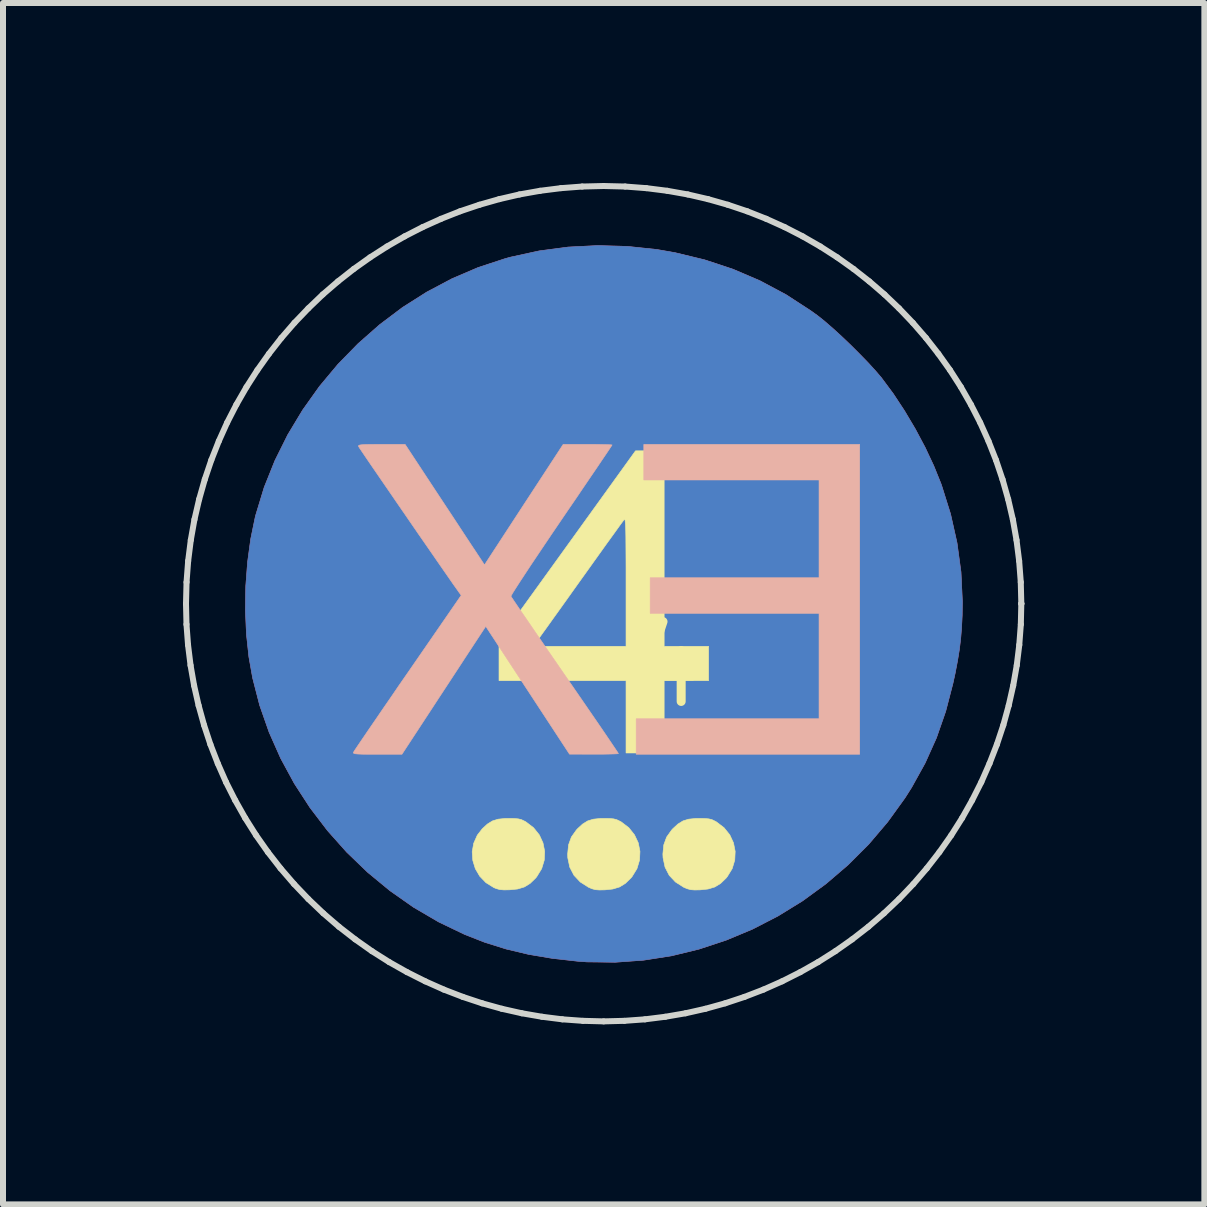
<source format=kicad_pcb>
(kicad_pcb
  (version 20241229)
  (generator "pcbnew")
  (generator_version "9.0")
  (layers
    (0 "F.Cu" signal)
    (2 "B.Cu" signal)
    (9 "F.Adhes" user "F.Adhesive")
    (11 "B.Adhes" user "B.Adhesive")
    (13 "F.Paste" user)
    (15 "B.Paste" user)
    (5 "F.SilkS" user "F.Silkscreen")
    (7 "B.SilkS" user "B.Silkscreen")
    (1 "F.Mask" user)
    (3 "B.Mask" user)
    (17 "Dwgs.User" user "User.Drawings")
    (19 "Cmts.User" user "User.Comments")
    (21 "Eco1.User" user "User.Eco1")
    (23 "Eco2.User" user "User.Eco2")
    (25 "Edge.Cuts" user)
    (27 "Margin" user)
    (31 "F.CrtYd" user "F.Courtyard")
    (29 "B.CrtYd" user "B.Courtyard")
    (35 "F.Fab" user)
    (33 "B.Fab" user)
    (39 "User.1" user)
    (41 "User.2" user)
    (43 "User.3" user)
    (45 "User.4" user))
  (footprint "4"
    (layer "F.Cu")
    (at 8.061 8.061)
    (property "Reference" "4" (at 0 0 0) (layer "F.SilkS") (effects (font (size 1.27 1.27) (thickness 0.15))))
    (attr through_hole)
    (fp_poly (pts (xy -0.654 -7.004) (xy -0.162 -6.952) (xy 0.141 -6.899) (xy 0.632 -6.78) (xy 1.104 -6.624) (xy 1.555 -6.431) (xy 1.988 -6.2) (xy 2.402 -5.931) (xy 2.517 -5.848) (xy 2.632 -5.756) (xy 2.767 -5.639) (xy 2.914 -5.505) (xy 3.067 -5.359) (xy 3.217 -5.209) (xy 3.358 -5.064) (xy 3.482 -4.928) (xy 3.582 -4.811) (xy 3.586 -4.805) (xy 3.776 -4.549) (xy 3.963 -4.265) (xy 4.143 -3.962) (xy 4.308 -3.652) (xy 4.452 -3.345) (xy 4.57 -3.053) (xy 4.58 -3.026) (xy 4.731 -2.544) (xy 4.839 -2.062) (xy 4.905 -1.577) (xy 4.928 -1.09) (xy 4.925 -0.857) (xy 4.915 -0.654) (xy 4.9 -0.468) (xy 4.878 -0.286) (xy 4.847 -0.096) (xy 4.807 0.113) (xy 4.771 0.278) (xy 4.65 0.744) (xy 4.496 1.186) (xy 4.307 1.607) (xy 4.082 2.013) (xy 3.971 2.188) (xy 3.683 2.587) (xy 3.366 2.96) (xy 3.022 3.304) (xy 2.654 3.619) (xy 2.265 3.903) (xy 1.856 4.155) (xy 1.431 4.374) (xy 0.991 4.558) (xy 0.54 4.707) (xy 0.08 4.819) (xy -0.387 4.892) (xy -0.858 4.926) (xy -1.331 4.92) (xy -1.482 4.909) (xy -1.908 4.861) (xy -2.303 4.794) (xy -2.676 4.705) (xy -3.033 4.593) (xy -3.365 4.463) (xy -3.8 4.254) (xy -4.217 4.01) (xy -4.612 3.733) (xy -4.984 3.426) (xy -5.331 3.092) (xy -5.651 2.733) (xy -5.943 2.35) (xy -6.204 1.948) (xy -6.432 1.528) (xy -6.625 1.093) (xy -6.782 0.645) (xy -6.9 0.187) (xy -6.962 -0.162) (xy -7.003 -0.543) (xy -7.02 -0.94) (xy -7.014 -1.343) (xy -6.984 -1.742) (xy -6.932 -2.126) (xy -6.858 -2.485) (xy -6.847 -2.529) (xy -6.707 -2.989) (xy -6.528 -3.435) (xy -6.314 -3.865) (xy -6.066 -4.277) (xy -5.787 -4.669) (xy -5.479 -5.038) (xy -5.143 -5.382) (xy -4.783 -5.699) (xy -4.401 -5.987) (xy -3.997 -6.243) (xy -3.576 -6.466) (xy -3.139 -6.653) (xy -2.688 -6.801) (xy -2.596 -6.826) (xy -2.124 -6.929) (xy -1.64 -6.993) (xy -1.148 -7.018) (xy -0.654 -7.004)) (stroke (width 0.01) (type solid)) (fill yes) (layer "F.Cu"))
    (fp_poly (pts (xy -0.654 -7.004) (xy -0.162 -6.952) (xy 0.141 -6.899) (xy 0.632 -6.78) (xy 1.104 -6.624) (xy 1.555 -6.431) (xy 1.988 -6.2) (xy 2.402 -5.931) (xy 2.517 -5.848) (xy 2.632 -5.756) (xy 2.767 -5.639) (xy 2.914 -5.505) (xy 3.067 -5.359) (xy 3.217 -5.209) (xy 3.358 -5.064) (xy 3.482 -4.928) (xy 3.582 -4.811) (xy 3.586 -4.805) (xy 3.776 -4.549) (xy 3.963 -4.265) (xy 4.143 -3.962) (xy 4.308 -3.652) (xy 4.452 -3.345) (xy 4.57 -3.053) (xy 4.58 -3.026) (xy 4.731 -2.544) (xy 4.839 -2.062) (xy 4.905 -1.577) (xy 4.928 -1.09) (xy 4.925 -0.857) (xy 4.915 -0.654) (xy 4.9 -0.468) (xy 4.878 -0.286) (xy 4.847 -0.096) (xy 4.807 0.113) (xy 4.771 0.278) (xy 4.65 0.744) (xy 4.496 1.186) (xy 4.307 1.607) (xy 4.082 2.013) (xy 3.971 2.188) (xy 3.683 2.587) (xy 3.366 2.96) (xy 3.022 3.304) (xy 2.654 3.619) (xy 2.265 3.903) (xy 1.856 4.155) (xy 1.431 4.374) (xy 0.991 4.558) (xy 0.54 4.707) (xy 0.08 4.819) (xy -0.387 4.892) (xy -0.858 4.926) (xy -1.331 4.92) (xy -1.482 4.909) (xy -1.908 4.861) (xy -2.303 4.794) (xy -2.676 4.705) (xy -3.033 4.593) (xy -3.365 4.463) (xy -3.8 4.254) (xy -4.217 4.01) (xy -4.612 3.733) (xy -4.984 3.426) (xy -5.331 3.092) (xy -5.651 2.733) (xy -5.943 2.35) (xy -6.204 1.948) (xy -6.432 1.528) (xy -6.625 1.093) (xy -6.782 0.645) (xy -6.9 0.187) (xy -6.962 -0.162) (xy -7.003 -0.543) (xy -7.02 -0.94) (xy -7.014 -1.343) (xy -6.984 -1.742) (xy -6.932 -2.126) (xy -6.858 -2.485) (xy -6.847 -2.529) (xy -6.707 -2.989) (xy -6.528 -3.435) (xy -6.314 -3.865) (xy -6.066 -4.277) (xy -5.787 -4.669) (xy -5.479 -5.038) (xy -5.143 -5.382) (xy -4.783 -5.699) (xy -4.401 -5.987) (xy -3.997 -6.243) (xy -3.576 -6.466) (xy -3.139 -6.653) (xy -2.688 -6.801) (xy -2.596 -6.826) (xy -2.124 -6.929) (xy -1.64 -6.993) (xy -1.148 -7.018) (xy -0.654 -7.004)) (stroke (width 0.01) (type solid)) (fill yes) (layer "B.Cu"))
    (fp_poly (pts (xy -2.539 2.531) (xy -2.472 2.537) (xy -2.42 2.55) (xy -2.37 2.574) (xy -2.346 2.587) (xy -2.219 2.684) (xy -2.123 2.803) (xy -2.061 2.937) (xy -2.033 3.079) (xy -2.04 3.225) (xy -2.083 3.367) (xy -2.164 3.499) (xy -2.184 3.524) (xy -2.276 3.613) (xy -2.372 3.672) (xy -2.485 3.706) (xy -2.614 3.719) (xy -2.711 3.721) (xy -2.782 3.715) (xy -2.842 3.698) (xy -2.879 3.683) (xy -3.012 3.6) (xy -3.116 3.492) (xy -3.189 3.367) (xy -3.231 3.229) (xy -3.241 3.086) (xy -3.216 2.944) (xy -3.156 2.809) (xy -3.073 2.702) (xy -2.987 2.623) (xy -2.903 2.571) (xy -2.809 2.542) (xy -2.69 2.53) (xy -2.635 2.53) (xy -2.539 2.531)) (stroke (width 0.01) (type solid)) (fill yes) (layer "F.SilkS"))
    (fp_poly (pts (xy -0.952 2.531) (xy -0.884 2.537) (xy -0.833 2.55) (xy -0.783 2.574) (xy -0.758 2.587) (xy -0.631 2.684) (xy -0.536 2.803) (xy -0.473 2.937) (xy -0.445 3.079) (xy -0.452 3.225) (xy -0.495 3.367) (xy -0.576 3.499) (xy -0.597 3.524) (xy -0.689 3.613) (xy -0.785 3.672) (xy -0.898 3.706) (xy -1.027 3.72) (xy -1.12 3.722) (xy -1.188 3.717) (xy -1.246 3.701) (xy -1.302 3.677) (xy -1.44 3.589) (xy -1.545 3.477) (xy -1.615 3.342) (xy -1.648 3.186) (xy -1.65 3.122) (xy -1.635 2.97) (xy -1.588 2.84) (xy -1.505 2.723) (xy -1.486 2.702) (xy -1.4 2.623) (xy -1.316 2.571) (xy -1.221 2.542) (xy -1.103 2.53) (xy -1.048 2.53) (xy -0.952 2.531)) (stroke (width 0.01) (type solid)) (fill yes) (layer "F.SilkS"))
    (fp_poly (pts (xy 0.636 2.531) (xy 0.703 2.537) (xy 0.755 2.55) (xy 0.805 2.574) (xy 0.829 2.587) (xy 0.956 2.684) (xy 1.052 2.803) (xy 1.114 2.937) (xy 1.142 3.079) (xy 1.135 3.225) (xy 1.092 3.367) (xy 1.011 3.499) (xy 0.991 3.524) (xy 0.899 3.613) (xy 0.803 3.672) (xy 0.69 3.706) (xy 0.561 3.72) (xy 0.467 3.722) (xy 0.4 3.717) (xy 0.342 3.701) (xy 0.285 3.677) (xy 0.147 3.589) (xy 0.042 3.477) (xy -0.027 3.342) (xy -0.06 3.186) (xy -0.063 3.122) (xy -0.048 2.97) (xy -0.000322 2.84) (xy 0.083 2.723) (xy 0.102 2.702) (xy 0.188 2.623) (xy 0.272 2.571) (xy 0.366 2.542) (xy 0.485 2.53) (xy 0.54 2.53) (xy 0.636 2.531)) (stroke (width 0.01) (type solid)) (fill yes) (layer "F.SilkS"))
    (fp_poly (pts (xy -0.042 -0.339) (xy 0.699 -0.339) (xy 0.699 0.233) (xy -0.042 0.233) (xy -0.042 1.439) (xy -0.677 1.439) (xy -0.677 0.233) (xy -2.794 0.233) (xy -2.794 -0.339) (xy -2.228 -0.339) (xy -0.677 -0.339) (xy -0.677 -1.412) (xy -0.677 -1.657) (xy -0.678 -1.862) (xy -0.679 -2.031) (xy -0.68 -2.166) (xy -0.682 -2.272) (xy -0.685 -2.351) (xy -0.689 -2.405) (xy -0.693 -2.439) (xy -0.698 -2.455) (xy -0.704 -2.456) (xy -0.706 -2.455) (xy -0.723 -2.432) (xy -0.763 -2.378) (xy -0.822 -2.296) (xy -0.899 -2.189) (xy -0.992 -2.061) (xy -1.097 -1.914) (xy -1.213 -1.752) (xy -1.338 -1.577) (xy -1.429 -1.45) (xy -1.559 -1.268) (xy -1.683 -1.094) (xy -1.798 -0.933) (xy -1.903 -0.787) (xy -1.994 -0.659) (xy -2.07 -0.554) (xy -2.127 -0.474) (xy -2.164 -0.424) (xy -2.176 -0.407) (xy -2.228 -0.339) (xy -2.794 -0.339) (xy -2.794 -0.441) (xy -1.656 -2.019) (xy -0.519 -3.597) (xy -0.28 -3.598) (xy -0.042 -3.598) (xy -0.042 -0.339)) (stroke (width 0.01) (type solid)) (fill yes) (layer "F.SilkS"))
    (fp_poly (pts (xy 3.217 1.46) (xy -0.508 1.46) (xy -0.508 0.868) (xy 2.54 0.868) (xy 2.54 -0.889) (xy -0.275 -0.889) (xy -0.275 -1.482) (xy 2.54 -1.482) (xy 2.54 -3.111) (xy -0.381 -3.111) (xy -0.381 -3.704) (xy 3.217 -3.704) (xy 3.217 1.46)) (stroke (width 0.01) (type solid)) (fill yes) (layer "B.SilkS"))
    (fp_poly (pts (xy -3.882 -2.979) (xy -3.77 -2.809) (xy -3.657 -2.638) (xy -3.548 -2.473) (xy -3.447 -2.319) (xy -3.357 -2.182) (xy -3.282 -2.068) (xy -3.226 -1.983) (xy -3.22 -1.975) (xy -3.036 -1.696) (xy -2.381 -2.7) (xy -1.725 -3.704) (xy -1.318 -3.704) (xy -1.192 -3.704) (xy -1.081 -3.702) (xy -0.993 -3.7) (xy -0.934 -3.698) (xy -0.91 -3.695) (xy -0.91 -3.695) (xy -0.922 -3.676) (xy -0.955 -3.626) (xy -1.009 -3.545) (xy -1.081 -3.439) (xy -1.169 -3.308) (xy -1.272 -3.157) (xy -1.387 -2.988) (xy -1.512 -2.803) (xy -1.647 -2.606) (xy -1.758 -2.443) (xy -1.898 -2.237) (xy -2.03 -2.041) (xy -2.153 -1.858) (xy -2.265 -1.691) (xy -2.363 -1.542) (xy -2.447 -1.414) (xy -2.514 -1.31) (xy -2.562 -1.234) (xy -2.589 -1.187) (xy -2.595 -1.173) (xy -2.582 -1.152) (xy -2.546 -1.098) (xy -2.49 -1.015) (xy -2.416 -0.906) (xy -2.325 -0.774) (xy -2.22 -0.62) (xy -2.102 -0.448) (xy -1.974 -0.261) (xy -1.836 -0.061) (xy -1.695 0.144) (xy -1.551 0.353) (xy -1.414 0.552) (xy -1.286 0.738) (xy -1.169 0.908) (xy -1.065 1.06) (xy -0.976 1.191) (xy -0.904 1.298) (xy -0.85 1.378) (xy -0.816 1.429) (xy -0.804 1.448) (xy -0.824 1.452) (xy -0.88 1.455) (xy -0.966 1.457) (xy -1.074 1.459) (xy -1.199 1.459) (xy -1.212 1.459) (xy -1.619 1.458) (xy -2.317 0.393) (xy -3.015 -0.672) (xy -3.281 -0.267) (xy -3.358 -0.15) (xy -3.453 -0.004) (xy -3.561 0.161) (xy -3.677 0.338) (xy -3.796 0.519) (xy -3.912 0.697) (xy -3.979 0.799) (xy -4.412 1.46) (xy -4.822 1.46) (xy -4.965 1.46) (xy -5.07 1.459) (xy -5.143 1.456) (xy -5.189 1.452) (xy -5.214 1.445) (xy -5.222 1.435) (xy -5.22 1.429) (xy -5.207 1.406) (xy -5.171 1.352) (xy -5.115 1.269) (xy -5.04 1.159) (xy -4.949 1.025) (xy -4.843 0.871) (xy -4.725 0.698) (xy -4.596 0.511) (xy -4.459 0.31) (xy -4.316 0.104) (xy -3.424 -1.189) (xy -3.465 -1.245) (xy -3.498 -1.292) (xy -3.551 -1.366) (xy -3.62 -1.466) (xy -3.705 -1.588) (xy -3.802 -1.728) (xy -3.909 -1.883) (xy -4.024 -2.049) (xy -4.144 -2.222) (xy -4.267 -2.401) (xy -4.39 -2.58) (xy -4.512 -2.757) (xy -4.629 -2.928) (xy -4.74 -3.089) (xy -4.842 -3.238) (xy -4.933 -3.37) (xy -5.009 -3.482) (xy -5.07 -3.572) (xy -5.112 -3.634) (xy -5.133 -3.667) (xy -5.135 -3.67) (xy -5.136 -3.682) (xy -5.124 -3.691) (xy -5.095 -3.697) (xy -5.043 -3.701) (xy -4.963 -3.703) (xy -4.849 -3.704) (xy -4.753 -3.704) (xy -4.359 -3.704) (xy -3.882 -2.979)) (stroke (width 0.01) (type solid)) (fill yes) (layer "B.SilkS"))
    (fp_line (start -8.011 -1.05) (end -8.002 -1.408) (stroke (width 0.1) (type solid)) (layer "Edge.Cuts"))
    (fp_line (start -8.003 -0.705) (end -8.011 -1.05) (stroke (width 0.1) (type solid)) (layer "Edge.Cuts"))
    (fp_line (start -8.002 -1.408) (end -7.975 -1.762) (stroke (width 0.1) (type solid)) (layer "Edge.Cuts"))
    (fp_line (start -7.977 -0.362) (end -8.003 -0.705) (stroke (width 0.1) (type solid)) (layer "Edge.Cuts"))
    (fp_line (start -7.975 -1.762) (end -7.931 -2.11) (stroke (width 0.1) (type solid)) (layer "Edge.Cuts"))
    (fp_line (start -7.935 -0.022) (end -7.977 -0.362) (stroke (width 0.1) (type solid)) (layer "Edge.Cuts"))
    (fp_line (start -7.931 -2.11) (end -7.87 -2.453) (stroke (width 0.1) (type solid)) (layer "Edge.Cuts"))
    (fp_line (start -7.876 0.315) (end -7.935 -0.022) (stroke (width 0.1) (type solid)) (layer "Edge.Cuts"))
    (fp_line (start -7.87 -2.453) (end -7.792 -2.789) (stroke (width 0.1) (type solid)) (layer "Edge.Cuts"))
    (fp_line (start -7.801 0.647) (end -7.876 0.315) (stroke (width 0.1) (type solid)) (layer "Edge.Cuts"))
    (fp_line (start -7.792 -2.789) (end -7.698 -3.12) (stroke (width 0.1) (type solid)) (layer "Edge.Cuts"))
    (fp_line (start -7.71 0.975) (end -7.801 0.647) (stroke (width 0.1) (type solid)) (layer "Edge.Cuts"))
    (fp_line (start -7.698 -3.12) (end -7.589 -3.443) (stroke (width 0.1) (type solid)) (layer "Edge.Cuts"))
    (fp_line (start -7.604 1.297) (end -7.71 0.975) (stroke (width 0.1) (type solid)) (layer "Edge.Cuts"))
    (fp_line (start -7.589 -3.443) (end -7.464 -3.759) (stroke (width 0.1) (type solid)) (layer "Edge.Cuts"))
    (fp_line (start -7.481 1.614) (end -7.604 1.297) (stroke (width 0.1) (type solid)) (layer "Edge.Cuts"))
    (fp_line (start -7.464 -3.759) (end -7.325 -4.068) (stroke (width 0.1) (type solid)) (layer "Edge.Cuts"))
    (fp_line (start -7.344 1.925) (end -7.481 1.614) (stroke (width 0.1) (type solid)) (layer "Edge.Cuts"))
    (fp_line (start -7.325 -4.068) (end -7.171 -4.368) (stroke (width 0.1) (type solid)) (layer "Edge.Cuts"))
    (fp_line (start -7.191 2.228) (end -7.344 1.925) (stroke (width 0.1) (type solid)) (layer "Edge.Cuts"))
    (fp_line (start -7.171 -4.368) (end -7.003 -4.66) (stroke (width 0.1) (type solid)) (layer "Edge.Cuts"))
    (fp_line (start -7.024 2.524) (end -7.191 2.228) (stroke (width 0.1) (type solid)) (layer "Edge.Cuts"))
    (fp_line (start -7.003 -4.66) (end -6.822 -4.942) (stroke (width 0.1) (type solid)) (layer "Edge.Cuts"))
    (fp_line (start -6.842 2.812) (end -7.024 2.524) (stroke (width 0.1) (type solid)) (layer "Edge.Cuts"))
    (fp_line (start -6.822 -4.942) (end -6.628 -5.215) (stroke (width 0.1) (type solid)) (layer "Edge.Cuts"))
    (fp_line (start -6.645 3.092) (end -6.842 2.812) (stroke (width 0.1) (type solid)) (layer "Edge.Cuts"))
    (fp_line (start -6.628 -5.215) (end -6.422 -5.478) (stroke (width 0.1) (type solid)) (layer "Edge.Cuts"))
    (fp_line (start -6.435 3.362) (end -6.645 3.092) (stroke (width 0.1) (type solid)) (layer "Edge.Cuts"))
    (fp_line (start -6.422 -5.478) (end -6.203 -5.731) (stroke (width 0.1) (type solid)) (layer "Edge.Cuts"))
    (fp_line (start -6.21 3.623) (end -6.435 3.362) (stroke (width 0.1) (type solid)) (layer "Edge.Cuts"))
    (fp_line (start -6.203 -5.731) (end -5.972 -5.972) (stroke (width 0.1) (type solid)) (layer "Edge.Cuts"))
    (fp_line (start -5.972 -5.972) (end -5.731 -6.203) (stroke (width 0.1) (type solid)) (layer "Edge.Cuts"))
    (fp_line (start -5.972 3.873) (end -6.21 3.623) (stroke (width 0.1) (type solid)) (layer "Edge.Cuts"))
    (fp_line (start -5.731 -6.203) (end -5.478 -6.421) (stroke (width 0.1) (type solid)) (layer "Edge.Cuts"))
    (fp_line (start -5.722 4.111) (end -5.972 3.873) (stroke (width 0.1) (type solid)) (layer "Edge.Cuts"))
    (fp_line (start -5.478 -6.421) (end -5.215 -6.628) (stroke (width 0.1) (type solid)) (layer "Edge.Cuts"))
    (fp_line (start -5.462 4.335) (end -5.722 4.111) (stroke (width 0.1) (type solid)) (layer "Edge.Cuts"))
    (fp_line (start -5.215 -6.628) (end -4.942 -6.822) (stroke (width 0.1) (type solid)) (layer "Edge.Cuts"))
    (fp_line (start -5.191 4.545) (end -5.462 4.335) (stroke (width 0.1) (type solid)) (layer "Edge.Cuts"))
    (fp_line (start -4.942 -6.822) (end -4.66 -7.003) (stroke (width 0.1) (type solid)) (layer "Edge.Cuts"))
    (fp_line (start -4.912 4.742) (end -5.191 4.545) (stroke (width 0.1) (type solid)) (layer "Edge.Cuts"))
    (fp_line (start -4.66 -7.003) (end -4.368 -7.171) (stroke (width 0.1) (type solid)) (layer "Edge.Cuts"))
    (fp_line (start -4.624 4.924) (end -4.912 4.742) (stroke (width 0.1) (type solid)) (layer "Edge.Cuts"))
    (fp_line (start -4.368 -7.171) (end -4.068 -7.325) (stroke (width 0.1) (type solid)) (layer "Edge.Cuts"))
    (fp_line (start -4.328 5.091) (end -4.624 4.924) (stroke (width 0.1) (type solid)) (layer "Edge.Cuts"))
    (fp_line (start -4.068 -7.325) (end -3.76 -7.464) (stroke (width 0.1) (type solid)) (layer "Edge.Cuts"))
    (fp_line (start -4.024 5.244) (end -4.328 5.091) (stroke (width 0.1) (type solid)) (layer "Edge.Cuts"))
    (fp_line (start -3.76 -7.464) (end -3.444 -7.589) (stroke (width 0.1) (type solid)) (layer "Edge.Cuts"))
    (fp_line (start -3.714 5.382) (end -4.024 5.244) (stroke (width 0.1) (type solid)) (layer "Edge.Cuts"))
    (fp_line (start -3.444 -7.589) (end -3.12 -7.698) (stroke (width 0.1) (type solid)) (layer "Edge.Cuts"))
    (fp_line (start -3.397 5.504) (end -3.714 5.382) (stroke (width 0.1) (type solid)) (layer "Edge.Cuts"))
    (fp_line (start -3.12 -7.698) (end -2.79 -7.792) (stroke (width 0.1) (type solid)) (layer "Edge.Cuts"))
    (fp_line (start -3.075 5.611) (end -3.397 5.504) (stroke (width 0.1) (type solid)) (layer "Edge.Cuts"))
    (fp_line (start -2.79 -7.792) (end -2.453 -7.87) (stroke (width 0.1) (type solid)) (layer "Edge.Cuts"))
    (fp_line (start -2.747 5.702) (end -3.075 5.611) (stroke (width 0.1) (type solid)) (layer "Edge.Cuts"))
    (fp_line (start -2.453 -7.87) (end -2.11 -7.931) (stroke (width 0.1) (type solid)) (layer "Edge.Cuts"))
    (fp_line (start -2.414 5.777) (end -2.747 5.702) (stroke (width 0.1) (type solid)) (layer "Edge.Cuts"))
    (fp_line (start -2.11 -7.931) (end -1.762 -7.975) (stroke (width 0.1) (type solid)) (layer "Edge.Cuts"))
    (fp_line (start -2.078 5.835) (end -2.414 5.777) (stroke (width 0.1) (type solid)) (layer "Edge.Cuts"))
    (fp_line (start -1.762 -7.975) (end -1.408 -8.002) (stroke (width 0.1) (type solid)) (layer "Edge.Cuts"))
    (fp_line (start -1.738 5.878) (end -2.078 5.835) (stroke (width 0.1) (type solid)) (layer "Edge.Cuts"))
    (fp_line (start -1.408 -8.002) (end -1.05 -8.011) (stroke (width 0.1) (type solid)) (layer "Edge.Cuts"))
    (fp_line (start -1.395 5.903) (end -1.738 5.878) (stroke (width 0.1) (type solid)) (layer "Edge.Cuts"))
    (fp_line (start -1.05 -8.011) (end -0.692 -8.002) (stroke (width 0.1) (type solid)) (layer "Edge.Cuts"))
    (fp_line (start -1.05 5.912) (end -1.395 5.903) (stroke (width 0.1) (type solid)) (layer "Edge.Cuts"))
    (fp_line (start -0.705 5.903) (end -1.05 5.912) (stroke (width 0.1) (type solid)) (layer "Edge.Cuts"))
    (fp_line (start -0.692 -8.002) (end -0.338 -7.975) (stroke (width 0.1) (type solid)) (layer "Edge.Cuts"))
    (fp_line (start -0.362 5.878) (end -0.705 5.903) (stroke (width 0.1) (type solid)) (layer "Edge.Cuts"))
    (fp_line (start -0.338 -7.975) (end 0.01 -7.931) (stroke (width 0.1) (type solid)) (layer "Edge.Cuts"))
    (fp_line (start -0.022 5.835) (end -0.362 5.878) (stroke (width 0.1) (type solid)) (layer "Edge.Cuts"))
    (fp_line (start 0.01 -7.931) (end 0.353 -7.87) (stroke (width 0.1) (type solid)) (layer "Edge.Cuts"))
    (fp_line (start 0.315 5.777) (end -0.022 5.835) (stroke (width 0.1) (type solid)) (layer "Edge.Cuts"))
    (fp_line (start 0.353 -7.87) (end 0.69 -7.792) (stroke (width 0.1) (type solid)) (layer "Edge.Cuts"))
    (fp_line (start 0.647 5.702) (end 0.315 5.777) (stroke (width 0.1) (type solid)) (layer "Edge.Cuts"))
    (fp_line (start 0.69 -7.792) (end 1.02 -7.698) (stroke (width 0.1) (type solid)) (layer "Edge.Cuts"))
    (fp_line (start 0.975 5.611) (end 0.647 5.702) (stroke (width 0.1) (type solid)) (layer "Edge.Cuts"))
    (fp_line (start 1.02 -7.698) (end 1.344 -7.589) (stroke (width 0.1) (type solid)) (layer "Edge.Cuts"))
    (fp_line (start 1.297 5.504) (end 0.975 5.611) (stroke (width 0.1) (type solid)) (layer "Edge.Cuts"))
    (fp_line (start 1.344 -7.589) (end 1.66 -7.464) (stroke (width 0.1) (type solid)) (layer "Edge.Cuts"))
    (fp_line (start 1.614 5.382) (end 1.297 5.504) (stroke (width 0.1) (type solid)) (layer "Edge.Cuts"))
    (fp_line (start 1.66 -7.464) (end 1.968 -7.325) (stroke (width 0.1) (type solid)) (layer "Edge.Cuts"))
    (fp_line (start 1.925 5.244) (end 1.614 5.382) (stroke (width 0.1) (type solid)) (layer "Edge.Cuts"))
    (fp_line (start 1.968 -7.325) (end 2.268 -7.171) (stroke (width 0.1) (type solid)) (layer "Edge.Cuts"))
    (fp_line (start 2.228 5.091) (end 1.925 5.244) (stroke (width 0.1) (type solid)) (layer "Edge.Cuts"))
    (fp_line (start 2.268 -7.171) (end 2.56 -7.003) (stroke (width 0.1) (type solid)) (layer "Edge.Cuts"))
    (fp_line (start 2.524 4.924) (end 2.228 5.091) (stroke (width 0.1) (type solid)) (layer "Edge.Cuts"))
    (fp_line (start 2.56 -7.003) (end 2.842 -6.822) (stroke (width 0.1) (type solid)) (layer "Edge.Cuts"))
    (fp_line (start 2.812 4.742) (end 2.524 4.924) (stroke (width 0.1) (type solid)) (layer "Edge.Cuts"))
    (fp_line (start 2.842 -6.822) (end 3.115 -6.628) (stroke (width 0.1) (type solid)) (layer "Edge.Cuts"))
    (fp_line (start 3.092 4.545) (end 2.812 4.742) (stroke (width 0.1) (type solid)) (layer "Edge.Cuts"))
    (fp_line (start 3.115 -6.628) (end 3.378 -6.421) (stroke (width 0.1) (type solid)) (layer "Edge.Cuts"))
    (fp_line (start 3.362 4.335) (end 3.092 4.545) (stroke (width 0.1) (type solid)) (layer "Edge.Cuts"))
    (fp_line (start 3.378 -6.421) (end 3.631 -6.203) (stroke (width 0.1) (type solid)) (layer "Edge.Cuts"))
    (fp_line (start 3.622 4.111) (end 3.362 4.335) (stroke (width 0.1) (type solid)) (layer "Edge.Cuts"))
    (fp_line (start 3.631 -6.203) (end 3.873 -5.972) (stroke (width 0.1) (type solid)) (layer "Edge.Cuts"))
    (fp_line (start 3.873 -5.972) (end 4.103 -5.731) (stroke (width 0.1) (type solid)) (layer "Edge.Cuts"))
    (fp_line (start 3.873 3.873) (end 3.622 4.111) (stroke (width 0.1) (type solid)) (layer "Edge.Cuts"))
    (fp_line (start 4.103 -5.731) (end 4.322 -5.478) (stroke (width 0.1) (type solid)) (layer "Edge.Cuts"))
    (fp_line (start 4.111 3.623) (end 3.873 3.873) (stroke (width 0.1) (type solid)) (layer "Edge.Cuts"))
    (fp_line (start 4.322 -5.478) (end 4.528 -5.215) (stroke (width 0.1) (type solid)) (layer "Edge.Cuts"))
    (fp_line (start 4.335 3.362) (end 4.111 3.623) (stroke (width 0.1) (type solid)) (layer "Edge.Cuts"))
    (fp_line (start 4.528 -5.215) (end 4.723 -4.942) (stroke (width 0.1) (type solid)) (layer "Edge.Cuts"))
    (fp_line (start 4.545 3.092) (end 4.335 3.362) (stroke (width 0.1) (type solid)) (layer "Edge.Cuts"))
    (fp_line (start 4.723 -4.942) (end 4.904 -4.66) (stroke (width 0.1) (type solid)) (layer "Edge.Cuts"))
    (fp_line (start 4.742 2.812) (end 4.545 3.092) (stroke (width 0.1) (type solid)) (layer "Edge.Cuts"))
    (fp_line (start 4.904 -4.66) (end 5.071 -4.368) (stroke (width 0.1) (type solid)) (layer "Edge.Cuts"))
    (fp_line (start 4.924 2.524) (end 4.742 2.812) (stroke (width 0.1) (type solid)) (layer "Edge.Cuts"))
    (fp_line (start 5.071 -4.368) (end 5.225 -4.068) (stroke (width 0.1) (type solid)) (layer "Edge.Cuts"))
    (fp_line (start 5.091 2.228) (end 4.924 2.524) (stroke (width 0.1) (type solid)) (layer "Edge.Cuts"))
    (fp_line (start 5.225 -4.068) (end 5.364 -3.759) (stroke (width 0.1) (type solid)) (layer "Edge.Cuts"))
    (fp_line (start 5.244 1.925) (end 5.091 2.228) (stroke (width 0.1) (type solid)) (layer "Edge.Cuts"))
    (fp_line (start 5.364 -3.759) (end 5.489 -3.443) (stroke (width 0.1) (type solid)) (layer "Edge.Cuts"))
    (fp_line (start 5.381 1.614) (end 5.244 1.925) (stroke (width 0.1) (type solid)) (layer "Edge.Cuts"))
    (fp_line (start 5.489 -3.443) (end 5.598 -3.12) (stroke (width 0.1) (type solid)) (layer "Edge.Cuts"))
    (fp_line (start 5.504 1.297) (end 5.381 1.614) (stroke (width 0.1) (type solid)) (layer "Edge.Cuts"))
    (fp_line (start 5.598 -3.12) (end 5.692 -2.789) (stroke (width 0.1) (type solid)) (layer "Edge.Cuts"))
    (fp_line (start 5.611 0.975) (end 5.504 1.297) (stroke (width 0.1) (type solid)) (layer "Edge.Cuts"))
    (fp_line (start 5.692 -2.789) (end 5.77 -2.453) (stroke (width 0.1) (type solid)) (layer "Edge.Cuts"))
    (fp_line (start 5.701 0.647) (end 5.611 0.975) (stroke (width 0.1) (type solid)) (layer "Edge.Cuts"))
    (fp_line (start 5.77 -2.453) (end 5.831 -2.11) (stroke (width 0.1) (type solid)) (layer "Edge.Cuts"))
    (fp_line (start 5.776 0.315) (end 5.701 0.647) (stroke (width 0.1) (type solid)) (layer "Edge.Cuts"))
    (fp_line (start 5.831 -2.11) (end 5.875 -1.762) (stroke (width 0.1) (type solid)) (layer "Edge.Cuts"))
    (fp_line (start 5.835 -0.022) (end 5.776 0.315) (stroke (width 0.1) (type solid)) (layer "Edge.Cuts"))
    (fp_line (start 5.875 -1.762) (end 5.902 -1.408) (stroke (width 0.1) (type solid)) (layer "Edge.Cuts"))
    (fp_line (start 5.877 -0.362) (end 5.835 -0.022) (stroke (width 0.1) (type solid)) (layer "Edge.Cuts"))
    (fp_line (start 5.902 -1.408) (end 5.911 -1.05) (stroke (width 0.1) (type solid)) (layer "Edge.Cuts"))
    (fp_line (start 5.903 -0.705) (end 5.877 -0.362) (stroke (width 0.1) (type solid)) (layer "Edge.Cuts"))
    (fp_line (start 5.911 -1.05) (end 5.903 -0.705) (stroke (width 0.1) (type solid)) (layer "Edge.Cuts"))
    (fp_line (start 5.911 -1.05) (end 5.911 -1.05) (stroke (width 0.1) (type solid)) (layer "Edge.Cuts"))
    (fp_line (start 5.911 -1.05) (end 5.911 -1.05) (stroke (width 0.1) (type solid)) (layer "Edge.Cuts")))
  (gr_rect
    (start -3 -3)
    (end 17.023 17.023)
    (stroke (width 0.1) (type default))
    (fill no)
    (layer "Edge.Cuts")))
</source>
